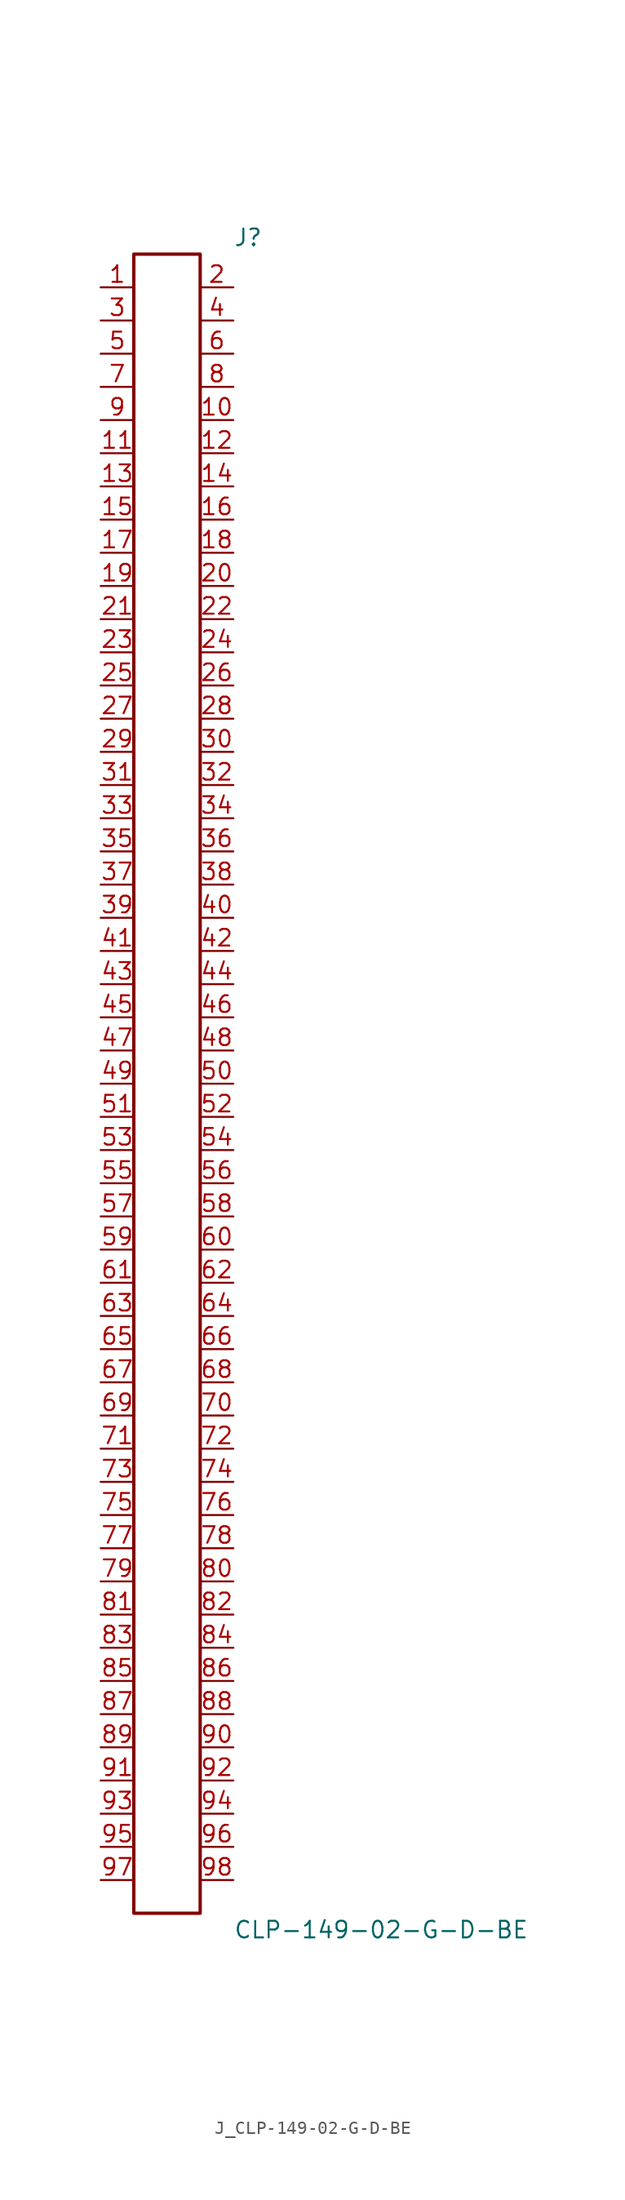
<source format=kicad_sym>
(kicad_symbol_lib
  (version 20231120)
  (generator kicad_symbol_editor)
  (generator_version 8.0)
  (symbol "J_CLP-149-02-G-D-BE"
    (pin_names
      (offset 0.254))
    (property "Reference" "J"
      (at 5.08 64.77 0)
      (effects (font (size 1.27 1.27)) (justify left)))
    (property "Value" "CLP-149-02-G-D-BE"
      (at 5.08 -64.77 0)
      (effects (font (size 1.27 1.27)) (justify left)))
    (symbol "J_CLP-149-02-G-D-BE_0_0"
      (pin passive line (at -5.08 60.96 0) (length 2.54) (name "" (effects (font (size 1.27 1.27)))) (number "1" (effects (font (size 1.27 1.27)))))
      (pin passive line (at 5.08 60.96 180) (length 2.54) (name "" (effects (font (size 1.27 1.27)))) (number "2" (effects (font (size 1.27 1.27)))))
      (pin passive line (at -5.08 58.42 0) (length 2.54) (name "" (effects (font (size 1.27 1.27)))) (number "3" (effects (font (size 1.27 1.27)))))
      (pin passive line (at 5.08 58.42 180) (length 2.54) (name "" (effects (font (size 1.27 1.27)))) (number "4" (effects (font (size 1.27 1.27)))))
      (pin passive line (at -5.08 55.88 0) (length 2.54) (name "" (effects (font (size 1.27 1.27)))) (number "5" (effects (font (size 1.27 1.27)))))
      (pin passive line (at 5.08 55.88 180) (length 2.54) (name "" (effects (font (size 1.27 1.27)))) (number "6" (effects (font (size 1.27 1.27)))))
      (pin passive line (at -5.08 53.34 0) (length 2.54) (name "" (effects (font (size 1.27 1.27)))) (number "7" (effects (font (size 1.27 1.27)))))
      (pin passive line (at 5.08 53.34 180) (length 2.54) (name "" (effects (font (size 1.27 1.27)))) (number "8" (effects (font (size 1.27 1.27)))))
      (pin passive line (at -5.08 50.8 0) (length 2.54) (name "" (effects (font (size 1.27 1.27)))) (number "9" (effects (font (size 1.27 1.27)))))
      (pin passive line (at 5.08 50.8 180) (length 2.54) (name "" (effects (font (size 1.27 1.27)))) (number "10" (effects (font (size 1.27 1.27)))))
      (pin passive line (at -5.08 48.26 0) (length 2.54) (name "" (effects (font (size 1.27 1.27)))) (number "11" (effects (font (size 1.27 1.27)))))
      (pin passive line (at 5.08 48.26 180) (length 2.54) (name "" (effects (font (size 1.27 1.27)))) (number "12" (effects (font (size 1.27 1.27)))))
      (pin passive line (at -5.08 45.72 0) (length 2.54) (name "" (effects (font (size 1.27 1.27)))) (number "13" (effects (font (size 1.27 1.27)))))
      (pin passive line (at 5.08 45.72 180) (length 2.54) (name "" (effects (font (size 1.27 1.27)))) (number "14" (effects (font (size 1.27 1.27)))))
      (pin passive line (at -5.08 43.18 0) (length 2.54) (name "" (effects (font (size 1.27 1.27)))) (number "15" (effects (font (size 1.27 1.27)))))
      (pin passive line (at 5.08 43.18 180) (length 2.54) (name "" (effects (font (size 1.27 1.27)))) (number "16" (effects (font (size 1.27 1.27)))))
      (pin passive line (at -5.08 40.64 0) (length 2.54) (name "" (effects (font (size 1.27 1.27)))) (number "17" (effects (font (size 1.27 1.27)))))
      (pin passive line (at 5.08 40.64 180) (length 2.54) (name "" (effects (font (size 1.27 1.27)))) (number "18" (effects (font (size 1.27 1.27)))))
      (pin passive line (at -5.08 38.1 0) (length 2.54) (name "" (effects (font (size 1.27 1.27)))) (number "19" (effects (font (size 1.27 1.27)))))
      (pin passive line (at 5.08 38.1 180) (length 2.54) (name "" (effects (font (size 1.27 1.27)))) (number "20" (effects (font (size 1.27 1.27)))))
      (pin passive line (at -5.08 35.56 0) (length 2.54) (name "" (effects (font (size 1.27 1.27)))) (number "21" (effects (font (size 1.27 1.27)))))
      (pin passive line (at 5.08 35.56 180) (length 2.54) (name "" (effects (font (size 1.27 1.27)))) (number "22" (effects (font (size 1.27 1.27)))))
      (pin passive line (at -5.08 33.02 0) (length 2.54) (name "" (effects (font (size 1.27 1.27)))) (number "23" (effects (font (size 1.27 1.27)))))
      (pin passive line (at 5.08 33.02 180) (length 2.54) (name "" (effects (font (size 1.27 1.27)))) (number "24" (effects (font (size 1.27 1.27)))))
      (pin passive line (at -5.08 30.48 0) (length 2.54) (name "" (effects (font (size 1.27 1.27)))) (number "25" (effects (font (size 1.27 1.27)))))
      (pin passive line (at 5.08 30.48 180) (length 2.54) (name "" (effects (font (size 1.27 1.27)))) (number "26" (effects (font (size 1.27 1.27)))))
      (pin passive line (at -5.08 27.94 0) (length 2.54) (name "" (effects (font (size 1.27 1.27)))) (number "27" (effects (font (size 1.27 1.27)))))
      (pin passive line (at 5.08 27.94 180) (length 2.54) (name "" (effects (font (size 1.27 1.27)))) (number "28" (effects (font (size 1.27 1.27)))))
      (pin passive line (at -5.08 25.4 0) (length 2.54) (name "" (effects (font (size 1.27 1.27)))) (number "29" (effects (font (size 1.27 1.27)))))
      (pin passive line (at 5.08 25.4 180) (length 2.54) (name "" (effects (font (size 1.27 1.27)))) (number "30" (effects (font (size 1.27 1.27)))))
      (pin passive line (at -5.08 22.86 0) (length 2.54) (name "" (effects (font (size 1.27 1.27)))) (number "31" (effects (font (size 1.27 1.27)))))
      (pin passive line (at 5.08 22.86 180) (length 2.54) (name "" (effects (font (size 1.27 1.27)))) (number "32" (effects (font (size 1.27 1.27)))))
      (pin passive line (at -5.08 20.32 0) (length 2.54) (name "" (effects (font (size 1.27 1.27)))) (number "33" (effects (font (size 1.27 1.27)))))
      (pin passive line (at 5.08 20.32 180) (length 2.54) (name "" (effects (font (size 1.27 1.27)))) (number "34" (effects (font (size 1.27 1.27)))))
      (pin passive line (at -5.08 17.78 0) (length 2.54) (name "" (effects (font (size 1.27 1.27)))) (number "35" (effects (font (size 1.27 1.27)))))
      (pin passive line (at 5.08 17.78 180) (length 2.54) (name "" (effects (font (size 1.27 1.27)))) (number "36" (effects (font (size 1.27 1.27)))))
      (pin passive line (at -5.08 15.24 0) (length 2.54) (name "" (effects (font (size 1.27 1.27)))) (number "37" (effects (font (size 1.27 1.27)))))
      (pin passive line (at 5.08 15.24 180) (length 2.54) (name "" (effects (font (size 1.27 1.27)))) (number "38" (effects (font (size 1.27 1.27)))))
      (pin passive line (at -5.08 12.7 0) (length 2.54) (name "" (effects (font (size 1.27 1.27)))) (number "39" (effects (font (size 1.27 1.27)))))
      (pin passive line (at 5.08 12.7 180) (length 2.54) (name "" (effects (font (size 1.27 1.27)))) (number "40" (effects (font (size 1.27 1.27)))))
      (pin passive line (at -5.08 10.16 0) (length 2.54) (name "" (effects (font (size 1.27 1.27)))) (number "41" (effects (font (size 1.27 1.27)))))
      (pin passive line (at 5.08 10.16 180) (length 2.54) (name "" (effects (font (size 1.27 1.27)))) (number "42" (effects (font (size 1.27 1.27)))))
      (pin passive line (at -5.08 7.62 0) (length 2.54) (name "" (effects (font (size 1.27 1.27)))) (number "43" (effects (font (size 1.27 1.27)))))
      (pin passive line (at 5.08 7.62 180) (length 2.54) (name "" (effects (font (size 1.27 1.27)))) (number "44" (effects (font (size 1.27 1.27)))))
      (pin passive line (at -5.08 5.08 0) (length 2.54) (name "" (effects (font (size 1.27 1.27)))) (number "45" (effects (font (size 1.27 1.27)))))
      (pin passive line (at 5.08 5.08 180) (length 2.54) (name "" (effects (font (size 1.27 1.27)))) (number "46" (effects (font (size 1.27 1.27)))))
      (pin passive line (at -5.08 2.54 0) (length 2.54) (name "" (effects (font (size 1.27 1.27)))) (number "47" (effects (font (size 1.27 1.27)))))
      (pin passive line (at 5.08 2.54 180) (length 2.54) (name "" (effects (font (size 1.27 1.27)))) (number "48" (effects (font (size 1.27 1.27)))))
      (pin passive line (at -5.08 0.0 0) (length 2.54) (name "" (effects (font (size 1.27 1.27)))) (number "49" (effects (font (size 1.27 1.27)))))
      (pin passive line (at 5.08 0.0 180) (length 2.54) (name "" (effects (font (size 1.27 1.27)))) (number "50" (effects (font (size 1.27 1.27)))))
      (pin passive line (at -5.08 -2.54 0) (length 2.54) (name "" (effects (font (size 1.27 1.27)))) (number "51" (effects (font (size 1.27 1.27)))))
      (pin passive line (at 5.08 -2.54 180) (length 2.54) (name "" (effects (font (size 1.27 1.27)))) (number "52" (effects (font (size 1.27 1.27)))))
      (pin passive line (at -5.08 -5.08 0) (length 2.54) (name "" (effects (font (size 1.27 1.27)))) (number "53" (effects (font (size 1.27 1.27)))))
      (pin passive line (at 5.08 -5.08 180) (length 2.54) (name "" (effects (font (size 1.27 1.27)))) (number "54" (effects (font (size 1.27 1.27)))))
      (pin passive line (at -5.08 -7.62 0) (length 2.54) (name "" (effects (font (size 1.27 1.27)))) (number "55" (effects (font (size 1.27 1.27)))))
      (pin passive line (at 5.08 -7.62 180) (length 2.54) (name "" (effects (font (size 1.27 1.27)))) (number "56" (effects (font (size 1.27 1.27)))))
      (pin passive line (at -5.08 -10.16 0) (length 2.54) (name "" (effects (font (size 1.27 1.27)))) (number "57" (effects (font (size 1.27 1.27)))))
      (pin passive line (at 5.08 -10.16 180) (length 2.54) (name "" (effects (font (size 1.27 1.27)))) (number "58" (effects (font (size 1.27 1.27)))))
      (pin passive line (at -5.08 -12.7 0) (length 2.54) (name "" (effects (font (size 1.27 1.27)))) (number "59" (effects (font (size 1.27 1.27)))))
      (pin passive line (at 5.08 -12.7 180) (length 2.54) (name "" (effects (font (size 1.27 1.27)))) (number "60" (effects (font (size 1.27 1.27)))))
      (pin passive line (at -5.08 -15.24 0) (length 2.54) (name "" (effects (font (size 1.27 1.27)))) (number "61" (effects (font (size 1.27 1.27)))))
      (pin passive line (at 5.08 -15.24 180) (length 2.54) (name "" (effects (font (size 1.27 1.27)))) (number "62" (effects (font (size 1.27 1.27)))))
      (pin passive line (at -5.08 -17.78 0) (length 2.54) (name "" (effects (font (size 1.27 1.27)))) (number "63" (effects (font (size 1.27 1.27)))))
      (pin passive line (at 5.08 -17.78 180) (length 2.54) (name "" (effects (font (size 1.27 1.27)))) (number "64" (effects (font (size 1.27 1.27)))))
      (pin passive line (at -5.08 -20.32 0) (length 2.54) (name "" (effects (font (size 1.27 1.27)))) (number "65" (effects (font (size 1.27 1.27)))))
      (pin passive line (at 5.08 -20.32 180) (length 2.54) (name "" (effects (font (size 1.27 1.27)))) (number "66" (effects (font (size 1.27 1.27)))))
      (pin passive line (at -5.08 -22.86 0) (length 2.54) (name "" (effects (font (size 1.27 1.27)))) (number "67" (effects (font (size 1.27 1.27)))))
      (pin passive line (at 5.08 -22.86 180) (length 2.54) (name "" (effects (font (size 1.27 1.27)))) (number "68" (effects (font (size 1.27 1.27)))))
      (pin passive line (at -5.08 -25.4 0) (length 2.54) (name "" (effects (font (size 1.27 1.27)))) (number "69" (effects (font (size 1.27 1.27)))))
      (pin passive line (at 5.08 -25.4 180) (length 2.54) (name "" (effects (font (size 1.27 1.27)))) (number "70" (effects (font (size 1.27 1.27)))))
      (pin passive line (at -5.08 -27.94 0) (length 2.54) (name "" (effects (font (size 1.27 1.27)))) (number "71" (effects (font (size 1.27 1.27)))))
      (pin passive line (at 5.08 -27.94 180) (length 2.54) (name "" (effects (font (size 1.27 1.27)))) (number "72" (effects (font (size 1.27 1.27)))))
      (pin passive line (at -5.08 -30.48 0) (length 2.54) (name "" (effects (font (size 1.27 1.27)))) (number "73" (effects (font (size 1.27 1.27)))))
      (pin passive line (at 5.08 -30.48 180) (length 2.54) (name "" (effects (font (size 1.27 1.27)))) (number "74" (effects (font (size 1.27 1.27)))))
      (pin passive line (at -5.08 -33.02 0) (length 2.54) (name "" (effects (font (size 1.27 1.27)))) (number "75" (effects (font (size 1.27 1.27)))))
      (pin passive line (at 5.08 -33.02 180) (length 2.54) (name "" (effects (font (size 1.27 1.27)))) (number "76" (effects (font (size 1.27 1.27)))))
      (pin passive line (at -5.08 -35.56 0) (length 2.54) (name "" (effects (font (size 1.27 1.27)))) (number "77" (effects (font (size 1.27 1.27)))))
      (pin passive line (at 5.08 -35.56 180) (length 2.54) (name "" (effects (font (size 1.27 1.27)))) (number "78" (effects (font (size 1.27 1.27)))))
      (pin passive line (at -5.08 -38.1 0) (length 2.54) (name "" (effects (font (size 1.27 1.27)))) (number "79" (effects (font (size 1.27 1.27)))))
      (pin passive line (at 5.08 -38.1 180) (length 2.54) (name "" (effects (font (size 1.27 1.27)))) (number "80" (effects (font (size 1.27 1.27)))))
      (pin passive line (at -5.08 -40.64 0) (length 2.54) (name "" (effects (font (size 1.27 1.27)))) (number "81" (effects (font (size 1.27 1.27)))))
      (pin passive line (at 5.08 -40.64 180) (length 2.54) (name "" (effects (font (size 1.27 1.27)))) (number "82" (effects (font (size 1.27 1.27)))))
      (pin passive line (at -5.08 -43.18 0) (length 2.54) (name "" (effects (font (size 1.27 1.27)))) (number "83" (effects (font (size 1.27 1.27)))))
      (pin passive line (at 5.08 -43.18 180) (length 2.54) (name "" (effects (font (size 1.27 1.27)))) (number "84" (effects (font (size 1.27 1.27)))))
      (pin passive line (at -5.08 -45.72 0) (length 2.54) (name "" (effects (font (size 1.27 1.27)))) (number "85" (effects (font (size 1.27 1.27)))))
      (pin passive line (at 5.08 -45.72 180) (length 2.54) (name "" (effects (font (size 1.27 1.27)))) (number "86" (effects (font (size 1.27 1.27)))))
      (pin passive line (at -5.08 -48.26 0) (length 2.54) (name "" (effects (font (size 1.27 1.27)))) (number "87" (effects (font (size 1.27 1.27)))))
      (pin passive line (at 5.08 -48.26 180) (length 2.54) (name "" (effects (font (size 1.27 1.27)))) (number "88" (effects (font (size 1.27 1.27)))))
      (pin passive line (at -5.08 -50.8 0) (length 2.54) (name "" (effects (font (size 1.27 1.27)))) (number "89" (effects (font (size 1.27 1.27)))))
      (pin passive line (at 5.08 -50.8 180) (length 2.54) (name "" (effects (font (size 1.27 1.27)))) (number "90" (effects (font (size 1.27 1.27)))))
      (pin passive line (at -5.08 -53.34 0) (length 2.54) (name "" (effects (font (size 1.27 1.27)))) (number "91" (effects (font (size 1.27 1.27)))))
      (pin passive line (at 5.08 -53.34 180) (length 2.54) (name "" (effects (font (size 1.27 1.27)))) (number "92" (effects (font (size 1.27 1.27)))))
      (pin passive line (at -5.08 -55.88 0) (length 2.54) (name "" (effects (font (size 1.27 1.27)))) (number "93" (effects (font (size 1.27 1.27)))))
      (pin passive line (at 5.08 -55.88 180) (length 2.54) (name "" (effects (font (size 1.27 1.27)))) (number "94" (effects (font (size 1.27 1.27)))))
      (pin passive line (at -5.08 -58.42 0) (length 2.54) (name "" (effects (font (size 1.27 1.27)))) (number "95" (effects (font (size 1.27 1.27)))))
      (pin passive line (at 5.08 -58.42 180) (length 2.54) (name "" (effects (font (size 1.27 1.27)))) (number "96" (effects (font (size 1.27 1.27)))))
      (pin passive line (at -5.08 -60.96 0) (length 2.54) (name "" (effects (font (size 1.27 1.27)))) (number "97" (effects (font (size 1.27 1.27)))))
      (pin passive line (at 5.08 -60.96 180) (length 2.54) (name "" (effects (font (size 1.27 1.27)))) (number "98" (effects (font (size 1.27 1.27))))))
    (symbol "J_CLP-149-02-G-D-BE_1_0"
      (rectangle (start -2.54 63.5) (end 2.54 -63.5) (stroke (width 0.254) (type solid)) (fill (type none))))))
</source>
